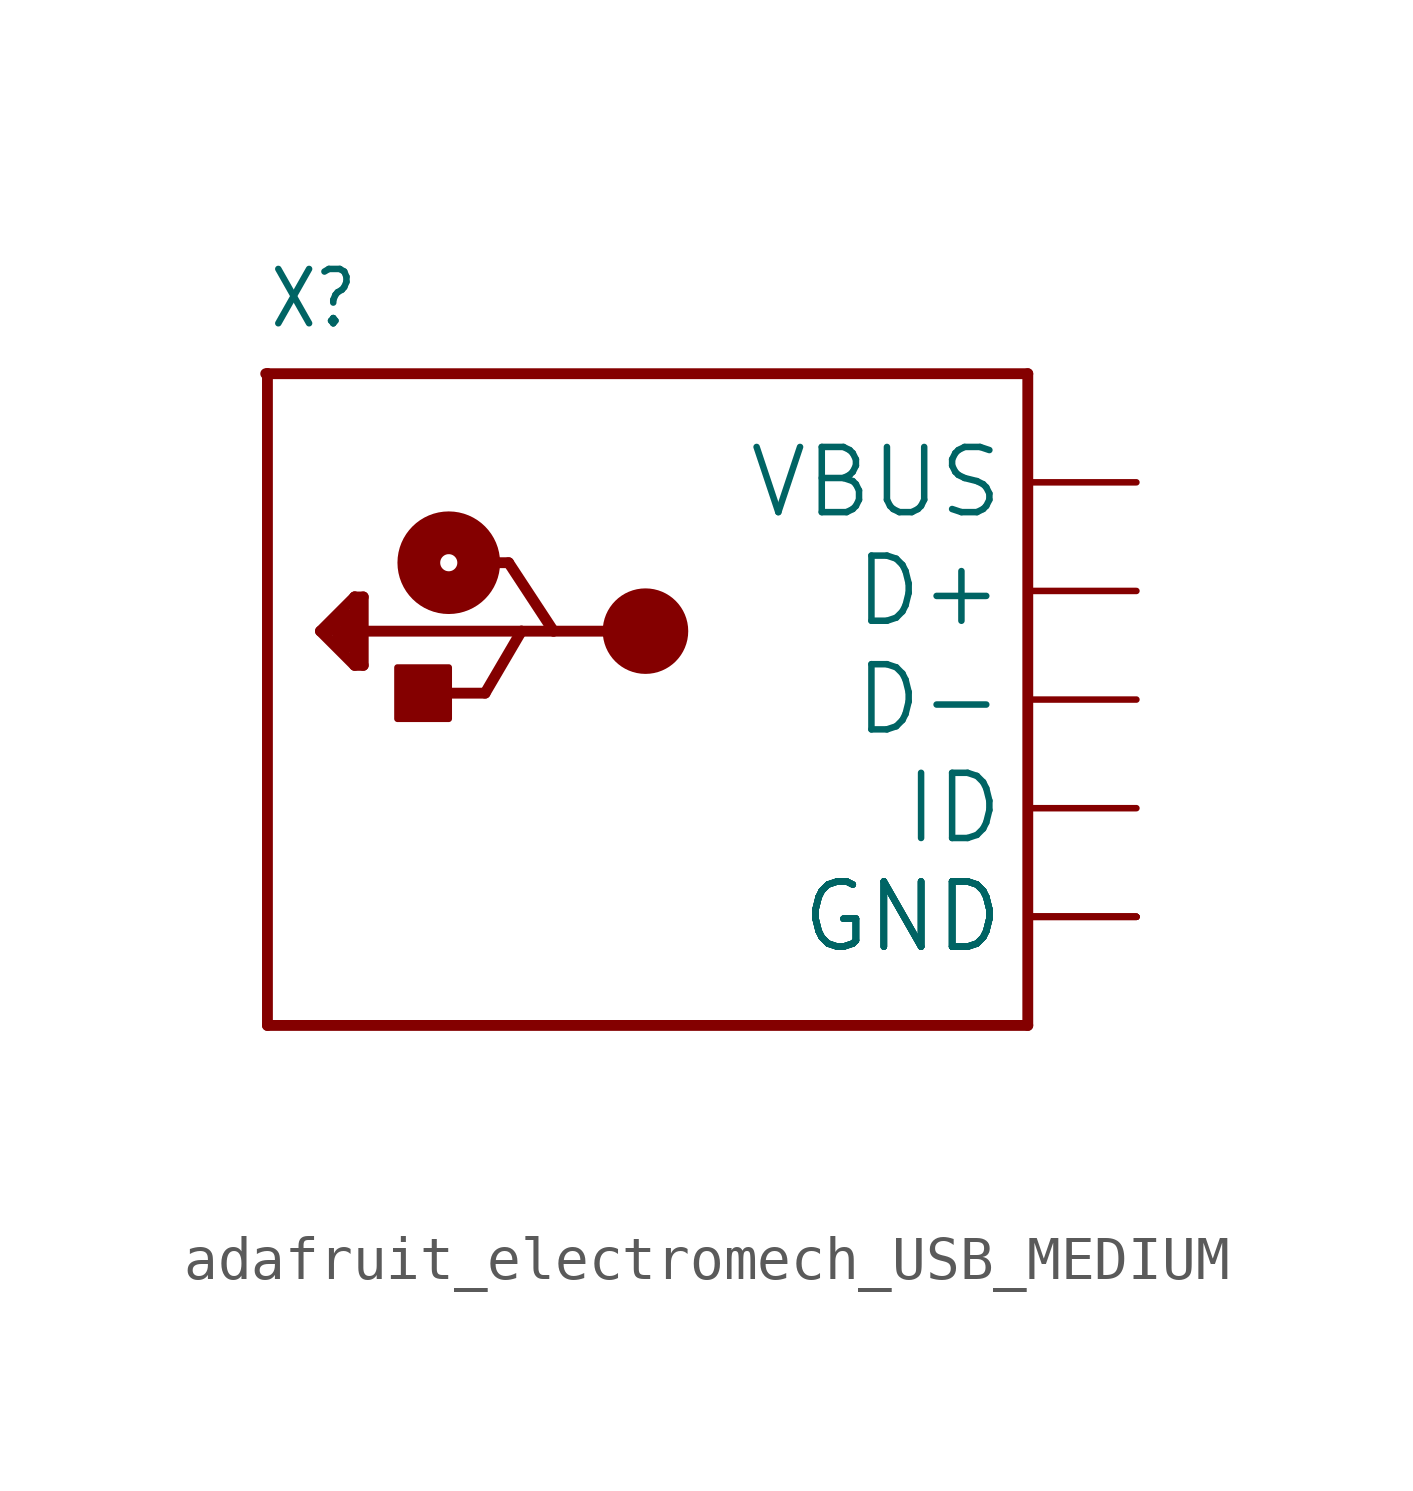
<source format=kicad_sym>
(kicad_symbol_lib
  (version 20241209)
  (generator "kicad_symbol_editor")
  (generator_version "9.0")
  (symbol "adafruit_electromech_USB_MEDIUM"
    (property "Reference" "X"
      (at -10.16 8.636 0)
      (effects (font (size 1.27 1.079)) (justify left bottom)))
    (property "Value" ""
      (at -10.16 -10.16 0)
      (effects (font (size 1.27 1.079)) (justify left bottom)))
    (property "ki_locked" ""
      (at 0 0 0)
      (effects (font (size 1.27 1.27))))
    (symbol "adafruit_electromech_USB_MEDIUM_1_0"
      (polyline (pts (xy -10.2 7.62) (xy -10.16 7.62)) (stroke (width 0.254) (type solid)) (fill (type none)))
      (polyline (pts (xy -10.16 7.62) (xy -10.16 -7.62)) (stroke (width 0.254) (type solid)) (fill (type none)))
      (polyline (pts (xy -10.16 7.62) (xy 7.62 7.62)) (stroke (width 0.254) (type solid)) (fill (type none)))
      (polyline (pts (xy -10.16 -7.62) (xy 7.62 -7.62)) (stroke (width 0.254) (type solid)) (fill (type none)))
      (polyline (pts (xy -8.92 1.6) (xy -8.12 2.4)) (stroke (width 0.254) (type solid)) (fill (type none)))
      (polyline (pts (xy -8.52 1.6) (xy -8.52 1.4)) (stroke (width 0.254) (type solid)) (fill (type none)))
      (polyline (pts (xy -8.52 1.4) (xy -8.32 1.2)) (stroke (width 0.254) (type solid)) (fill (type none)))
      (polyline (pts (xy -8.32 2) (xy -8.72 1.6)) (stroke (width 0.254) (type solid)) (fill (type none)))
      (polyline (pts (xy -8.32 1.2) (xy -8.32 2)) (stroke (width 0.254) (type solid)) (fill (type none)))
      (polyline (pts (xy -8.12 2.4) (xy -7.92 2.4)) (stroke (width 0.254) (type solid)) (fill (type none)))
      (polyline (pts (xy -8.12 1) (xy -8.12 2.4)) (stroke (width 0.254) (type solid)) (fill (type none)))
      (polyline (pts (xy -8.12 0.8) (xy -8.92 1.6)) (stroke (width 0.254) (type solid)) (fill (type none)))
      (polyline (pts (xy -7.92 2.4) (xy -7.92 1.6)) (stroke (width 0.254) (type solid)) (fill (type none)))
      (polyline (pts (xy -7.92 1.6) (xy -7.92 0.8)) (stroke (width 0.254) (type solid)) (fill (type none)))
      (polyline (pts (xy -7.92 0.8) (xy -8.12 0.8)) (stroke (width 0.254) (type solid)) (fill (type none)))
      (rectangle (start -7.12 -0.45) (end -5.92 0.75) (stroke (width 0) (type default)) (fill (type outline)))
      (polyline (pts (xy -6.27 0.15) (xy -5.07 0.15)) (stroke (width 0.254) (type solid)) (fill (type none)))
      (circle (center -5.92 3.2) (radius 0.2) (stroke (width 1) (type solid)) (fill (type none)))
      (polyline (pts (xy -5.52 3.2) (xy -4.52 3.2)) (stroke (width 0.254) (type solid)) (fill (type none)))
      (polyline (pts (xy -5.07 0.15) (xy -4.22 1.6)) (stroke (width 0.254) (type solid)) (fill (type none)))
      (polyline (pts (xy -4.52 3.2) (xy -3.47 1.6)) (stroke (width 0.254) (type solid)) (fill (type none)))
      (polyline (pts (xy -4.22 1.6) (xy -7.92 1.6)) (stroke (width 0.254) (type solid)) (fill (type none)))
      (polyline (pts (xy -3.47 1.6) (xy -4.22 1.6)) (stroke (width 0.254) (type solid)) (fill (type none)))
      (circle (center -1.32 1.6) (radius 0.5) (stroke (width 1) (type solid)) (fill (type none)))
      (polyline (pts (xy -1.32 1.6) (xy -3.47 1.6)) (stroke (width 0.254) (type solid)) (fill (type none)))
      (polyline (pts (xy 7.62 7.62) (xy 7.62 -7.62)) (stroke (width 0.254) (type solid)) (fill (type none)))
      (pin power_in line (at 10.16 5.08 180) (length 2.54) (name "VBUS" (effects (font (size 1.524 1.524)))) (number "VBUS" (effects (font (size 0 0)))))
      (pin bidirectional line (at 10.16 2.54 180) (length 2.54) (name "D+" (effects (font (size 1.524 1.524)))) (number "D+" (effects (font (size 0 0)))))
      (pin bidirectional line (at 10.16 0 180) (length 2.54) (name "D-" (effects (font (size 1.524 1.524)))) (number "D-" (effects (font (size 0 0)))))
      (pin bidirectional line (at 10.16 -2.54 180) (length 2.54) (name "ID" (effects (font (size 1.524 1.524)))) (number "ID" (effects (font (size 0 0)))))
      (pin power_in line (at 10.16 -5.08 180) (length 2.54) (name "GND" (effects (font (size 1.524 1.524)))) (number "GND" (effects (font (size 0 0)))))
      (pin power_in line (at 10.16 -5.08 180) (length 2.54) (name "GND" (effects (font (size 1.524 1.524)))) (number "GND1" (effects (font (size 0 0)))))
      (pin power_in line (at 10.16 -5.08 180) (length 2.54) (name "GND" (effects (font (size 1.524 1.524)))) (number "GND2" (effects (font (size 0 0)))))
      (pin power_in line (at 10.16 -5.08 180) (length 2.54) (name "GND" (effects (font (size 1.524 1.524)))) (number "GND3" (effects (font (size 0 0)))))
      (pin power_in line (at 10.16 -5.08 180) (length 2.54) (name "GND" (effects (font (size 1.524 1.524)))) (number "GND4" (effects (font (size 0 0))))))))
</source>
